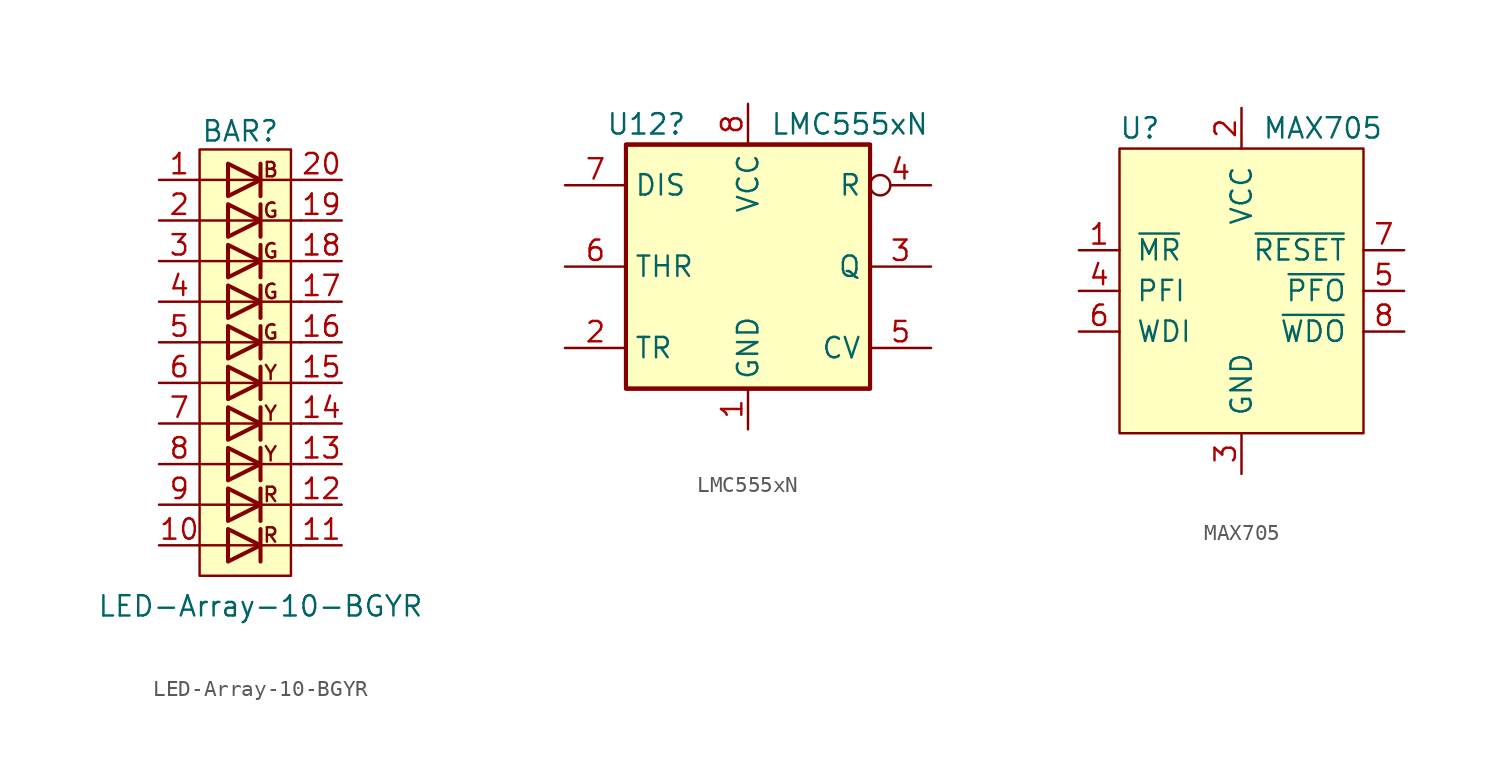
<source format=kicad_sym>
(kicad_symbol_lib
  (version 20241209)
  (generator "kicad_symbol_editor")
  (generator_version "9.0")
  (symbol "LED-Array-10-BGYR"
    (pin_names
      (offset 1.016)
      (hide yes))
    (property "Reference" "BAR"
      (at 0 11.938 0)
      (effects (font (size 1.27 1.27))))
    (property "Value" "LED-Array-10-BGYR"
      (at 1.27 -17.78 0)
      (effects (font (size 1.27 1.27))))
    (symbol "LED-Array-10-BGYR_0_0"
      (rectangle (start -2.54 -15.875) (end 3.175 10.795) (stroke (width 0) (type default)) (fill (type background)))
      (text "B" (at 1.905 9.525 0) (effects (font (size 0.9 0.9))))
      (text "G" (at 1.905 6.985 0) (effects (font (size 0.9 0.9))))
      (text "G" (at 1.905 4.445 0) (effects (font (size 0.9 0.9))))
      (text "G" (at 1.905 1.905 0) (effects (font (size 0.9 0.9))))
      (text "G" (at 1.905 -0.635 0) (effects (font (size 0.9 0.9))))
      (text "Y" (at 1.905 -3.175 0) (effects (font (size 0.9 0.9))))
      (text "Y" (at 1.905 -5.715 0) (effects (font (size 0.9 0.9))))
      (text "Y" (at 1.905 -8.255 0) (effects (font (size 0.9 0.9))))
      (text "R" (at 1.905 -10.795 0) (effects (font (size 0.9 0.9))))
      (text "R" (at 1.905 -13.335 0) (effects (font (size 0.9 0.9)))))
    (symbol "LED-Array-10-BGYR_0_1"
      (polyline (pts (xy -2.54 8.89) (xy 3.81 8.89)) (stroke (width 0) (type default)) (fill (type none)))
      (polyline (pts (xy -2.54 6.35) (xy 3.81 6.35)) (stroke (width 0) (type default)) (fill (type none)))
      (polyline (pts (xy -2.54 3.81) (xy 3.81 3.81)) (stroke (width 0) (type default)) (fill (type none)))
      (polyline (pts (xy -2.54 -1.27) (xy 3.81 -1.27)) (stroke (width 0) (type default)) (fill (type none)))
      (polyline (pts (xy -2.54 -6.35) (xy 3.81 -6.35)) (stroke (width 0) (type default)) (fill (type none)))
      (polyline (pts (xy -2.54 -8.89) (xy 3.81 -8.89)) (stroke (width 0) (type default)) (fill (type none)))
      (polyline (pts (xy -2.54 -11.43) (xy 3.81 -11.43)) (stroke (width 0) (type default)) (fill (type none)))
      (polyline (pts (xy -2.54 -13.97) (xy 3.81 -13.97)) (stroke (width 0) (type default)) (fill (type none)))
      (polyline (pts (xy -0.762 9.906) (xy -0.762 7.874) (xy 1.27 8.89) (xy -0.762 9.906)) (stroke (width 0.254) (type default)) (fill (type none)))
      (polyline (pts (xy -0.762 7.366) (xy -0.762 5.334) (xy 1.27 6.35) (xy -0.762 7.366)) (stroke (width 0.254) (type default)) (fill (type none)))
      (polyline (pts (xy -0.762 4.826) (xy -0.762 2.794) (xy 1.27 3.81) (xy -0.762 4.826)) (stroke (width 0.254) (type default)) (fill (type none)))
      (polyline (pts (xy -0.762 2.286) (xy -0.762 0.254) (xy 1.27 1.27) (xy -0.762 2.286)) (stroke (width 0.254) (type default)) (fill (type none)))
      (polyline (pts (xy -0.762 -0.254) (xy -0.762 -2.286) (xy 1.27 -1.27) (xy -0.762 -0.254)) (stroke (width 0.254) (type default)) (fill (type none)))
      (polyline (pts (xy -0.762 -2.794) (xy -0.762 -4.826) (xy 1.27 -3.81) (xy -0.762 -2.794)) (stroke (width 0.254) (type default)) (fill (type none)))
      (polyline (pts (xy -0.762 -5.334) (xy -0.762 -7.366) (xy 1.27 -6.35) (xy -0.762 -5.334)) (stroke (width 0.254) (type default)) (fill (type none)))
      (polyline (pts (xy -0.762 -7.874) (xy -0.762 -9.906) (xy 1.27 -8.89) (xy -0.762 -7.874)) (stroke (width 0.254) (type default)) (fill (type none)))
      (polyline (pts (xy -0.762 -10.414) (xy -0.762 -12.446) (xy 1.27 -11.43) (xy -0.762 -10.414)) (stroke (width 0.254) (type default)) (fill (type none)))
      (polyline (pts (xy -0.762 -12.954) (xy -0.762 -14.986) (xy 1.27 -13.97) (xy -0.762 -12.954)) (stroke (width 0.254) (type default)) (fill (type none)))
      (polyline (pts (xy 1.27 9.906) (xy 1.27 7.874)) (stroke (width 0.254) (type default)) (fill (type none)))
      (polyline (pts (xy 1.27 7.366) (xy 1.27 5.334)) (stroke (width 0.254) (type default)) (fill (type none)))
      (polyline (pts (xy 1.27 4.826) (xy 1.27 2.794)) (stroke (width 0.254) (type default)) (fill (type none)))
      (polyline (pts (xy 1.27 2.286) (xy 1.27 0.254)) (stroke (width 0.254) (type default)) (fill (type none)))
      (polyline (pts (xy 1.27 -0.254) (xy 1.27 -2.286)) (stroke (width 0.254) (type default)) (fill (type none)))
      (polyline (pts (xy 1.27 -2.794) (xy 1.27 -4.826)) (stroke (width 0.254) (type default)) (fill (type none)))
      (polyline (pts (xy 1.27 -5.334) (xy 1.27 -7.366)) (stroke (width 0.254) (type default)) (fill (type none)))
      (polyline (pts (xy 1.27 -7.874) (xy 1.27 -9.906)) (stroke (width 0.254) (type default)) (fill (type none)))
      (polyline (pts (xy 1.27 -10.414) (xy 1.27 -12.446)) (stroke (width 0.254) (type default)) (fill (type none)))
      (polyline (pts (xy 1.27 -12.954) (xy 1.27 -14.986)) (stroke (width 0.254) (type default)) (fill (type none)))
      (polyline (pts (xy 3.81 1.27) (xy -2.54 1.27)) (stroke (width 0) (type default)) (fill (type none)))
      (polyline (pts (xy 3.81 -3.81) (xy -2.54 -3.81)) (stroke (width 0) (type default)) (fill (type none))))
    (symbol "LED-Array-10-BGYR_1_1"
      (pin passive line (at -5.08 8.89 0) (length 2.54) (name "A" (effects (font (size 1.27 1.27)))) (number "1" (effects (font (size 1.27 1.27)))))
      (pin passive line (at -5.08 6.35 0) (length 2.54) (name "A" (effects (font (size 1.27 1.27)))) (number "2" (effects (font (size 1.27 1.27)))))
      (pin passive line (at -5.08 3.81 0) (length 2.54) (name "A" (effects (font (size 1.27 1.27)))) (number "3" (effects (font (size 1.27 1.27)))))
      (pin passive line (at -5.08 1.27 0) (length 2.54) (name "A" (effects (font (size 1.27 1.27)))) (number "4" (effects (font (size 1.27 1.27)))))
      (pin passive line (at -5.08 -1.27 0) (length 2.54) (name "A" (effects (font (size 1.27 1.27)))) (number "5" (effects (font (size 1.27 1.27)))))
      (pin passive line (at -5.08 -3.81 0) (length 2.54) (name "A" (effects (font (size 1.27 1.27)))) (number "6" (effects (font (size 1.27 1.27)))))
      (pin passive line (at -5.08 -6.35 0) (length 2.54) (name "A" (effects (font (size 1.27 1.27)))) (number "7" (effects (font (size 1.27 1.27)))))
      (pin passive line (at -5.08 -8.89 0) (length 2.54) (name "A" (effects (font (size 1.27 1.27)))) (number "8" (effects (font (size 1.27 1.27)))))
      (pin passive line (at -5.08 -11.43 0) (length 2.54) (name "A" (effects (font (size 1.27 1.27)))) (number "9" (effects (font (size 1.27 1.27)))))
      (pin passive line (at -5.08 -13.97 0) (length 2.54) (name "A" (effects (font (size 1.27 1.27)))) (number "10" (effects (font (size 1.27 1.27)))))
      (pin passive line (at 6.35 8.89 180) (length 2.54) (name "K" (effects (font (size 1.27 1.27)))) (number "20" (effects (font (size 1.27 1.27)))))
      (pin passive line (at 6.35 6.35 180) (length 2.54) (name "K" (effects (font (size 1.27 1.27)))) (number "19" (effects (font (size 1.27 1.27)))))
      (pin passive line (at 6.35 3.81 180) (length 2.54) (name "K" (effects (font (size 1.27 1.27)))) (number "18" (effects (font (size 1.27 1.27)))))
      (pin passive line (at 6.35 1.27 180) (length 2.54) (name "K" (effects (font (size 1.27 1.27)))) (number "17" (effects (font (size 1.27 1.27)))))
      (pin passive line (at 6.35 -1.27 180) (length 2.54) (name "K" (effects (font (size 1.27 1.27)))) (number "16" (effects (font (size 1.27 1.27)))))
      (pin passive line (at 6.35 -3.81 180) (length 2.54) (name "K" (effects (font (size 1.27 1.27)))) (number "15" (effects (font (size 1.27 1.27)))))
      (pin passive line (at 6.35 -6.35 180) (length 2.54) (name "K" (effects (font (size 1.27 1.27)))) (number "14" (effects (font (size 1.27 1.27)))))
      (pin passive line (at 6.35 -8.89 180) (length 2.54) (name "K" (effects (font (size 1.27 1.27)))) (number "13" (effects (font (size 1.27 1.27)))))
      (pin passive line (at 6.35 -11.43 180) (length 2.54) (name "K" (effects (font (size 1.27 1.27)))) (number "12" (effects (font (size 1.27 1.27)))))
      (pin passive line (at 6.35 -13.97 180) (length 2.54) (name "K" (effects (font (size 1.27 1.27)))) (number "11" (effects (font (size 1.27 1.27)))))))
  (symbol "LMC555xN"
    (property "Reference" "U12"
      (at -6.35 8.89 0)
      (effects (font (size 1.27 1.27))))
    (property "Value" "LMC555xN"
      (at 6.35 8.89 0)
      (effects (font (size 1.27 1.27))))
    (symbol "LMC555xN_0_0"
      (pin power_in line (at 0 10.16 270) (length 2.54) (name "VCC" (effects (font (size 1.27 1.27)))) (number "8" (effects (font (size 1.27 1.27)))))
      (pin power_in line (at 0 -10.16 90) (length 2.54) (name "GND" (effects (font (size 1.27 1.27)))) (number "1" (effects (font (size 1.27 1.27))))))
    (symbol "LMC555xN_0_1"
      (rectangle (start -7.62 -7.62) (end 7.62 7.62) (stroke (width 0.254) (type default)) (fill (type background)))
      (rectangle (start -7.62 -7.62) (end 7.62 7.62) (stroke (width 0.254) (type default)) (fill (type background))))
    (symbol "LMC555xN_1_1"
      (pin input line (at -11.43 5.08 0) (length 3.81) (name "DIS" (effects (font (size 1.27 1.27)))) (number "7" (effects (font (size 1.27 1.27)))))
      (pin input line (at -11.43 0 0) (length 3.81) (name "THR" (effects (font (size 1.27 1.27)))) (number "6" (effects (font (size 1.27 1.27)))))
      (pin input line (at -11.43 -5.08 0) (length 3.81) (name "TR" (effects (font (size 1.27 1.27)))) (number "2" (effects (font (size 1.27 1.27)))))
      (pin input inverted (at 11.43 5.08 180) (length 3.81) (name "R" (effects (font (size 1.27 1.27)))) (number "4" (effects (font (size 1.27 1.27)))))
      (pin output line (at 11.43 0 180) (length 3.81) (name "Q" (effects (font (size 1.27 1.27)))) (number "3" (effects (font (size 1.27 1.27)))))
      (pin input line (at 11.43 -5.08 180) (length 3.81) (name "CV" (effects (font (size 1.27 1.27)))) (number "5" (effects (font (size 1.27 1.27)))))))
  (symbol "MAX705"
    (pin_names
      (offset 1.016))
    (property "Reference" "U"
      (at -6.35 10.16 0)
      (effects (font (size 1.27 1.27))))
    (property "Value" "MAX705"
      (at 5.08 10.16 0)
      (effects (font (size 1.27 1.27))))
    (symbol "MAX705_0_1"
      (rectangle (start -7.62 8.89) (end 7.62 -8.89) (stroke (width 0) (type default)) (fill (type background))))
    (symbol "MAX705_1_1"
      (pin input line (at -10.16 2.54 0) (length 2.54) (name "~{MR}" (effects (font (size 1.27 1.27)))) (number "1" (effects (font (size 1.27 1.27)))))
      (pin input line (at -10.16 0 0) (length 2.54) (name "PFI" (effects (font (size 1.27 1.27)))) (number "4" (effects (font (size 1.27 1.27)))))
      (pin input line (at -10.16 -2.54 0) (length 2.54) (name "WDI" (effects (font (size 1.27 1.27)))) (number "6" (effects (font (size 1.27 1.27)))))
      (pin power_in line (at 0 11.43 270) (length 2.54) (name "VCC" (effects (font (size 1.27 1.27)))) (number "2" (effects (font (size 1.27 1.27)))))
      (pin power_in line (at 0 -11.43 90) (length 2.54) (name "GND" (effects (font (size 1.27 1.27)))) (number "3" (effects (font (size 1.27 1.27)))))
      (pin output line (at 10.16 2.54 180) (length 2.54) (name "~{RESET}" (effects (font (size 1.27 1.27)))) (number "7" (effects (font (size 1.27 1.27)))))
      (pin output line (at 10.16 0 180) (length 2.54) (name "~{PFO}" (effects (font (size 1.27 1.27)))) (number "5" (effects (font (size 1.27 1.27)))))
      (pin output line (at 10.16 -2.54 180) (length 2.54) (name "~{WDO}" (effects (font (size 1.27 1.27)))) (number "8" (effects (font (size 1.27 1.27))))))))
</source>
